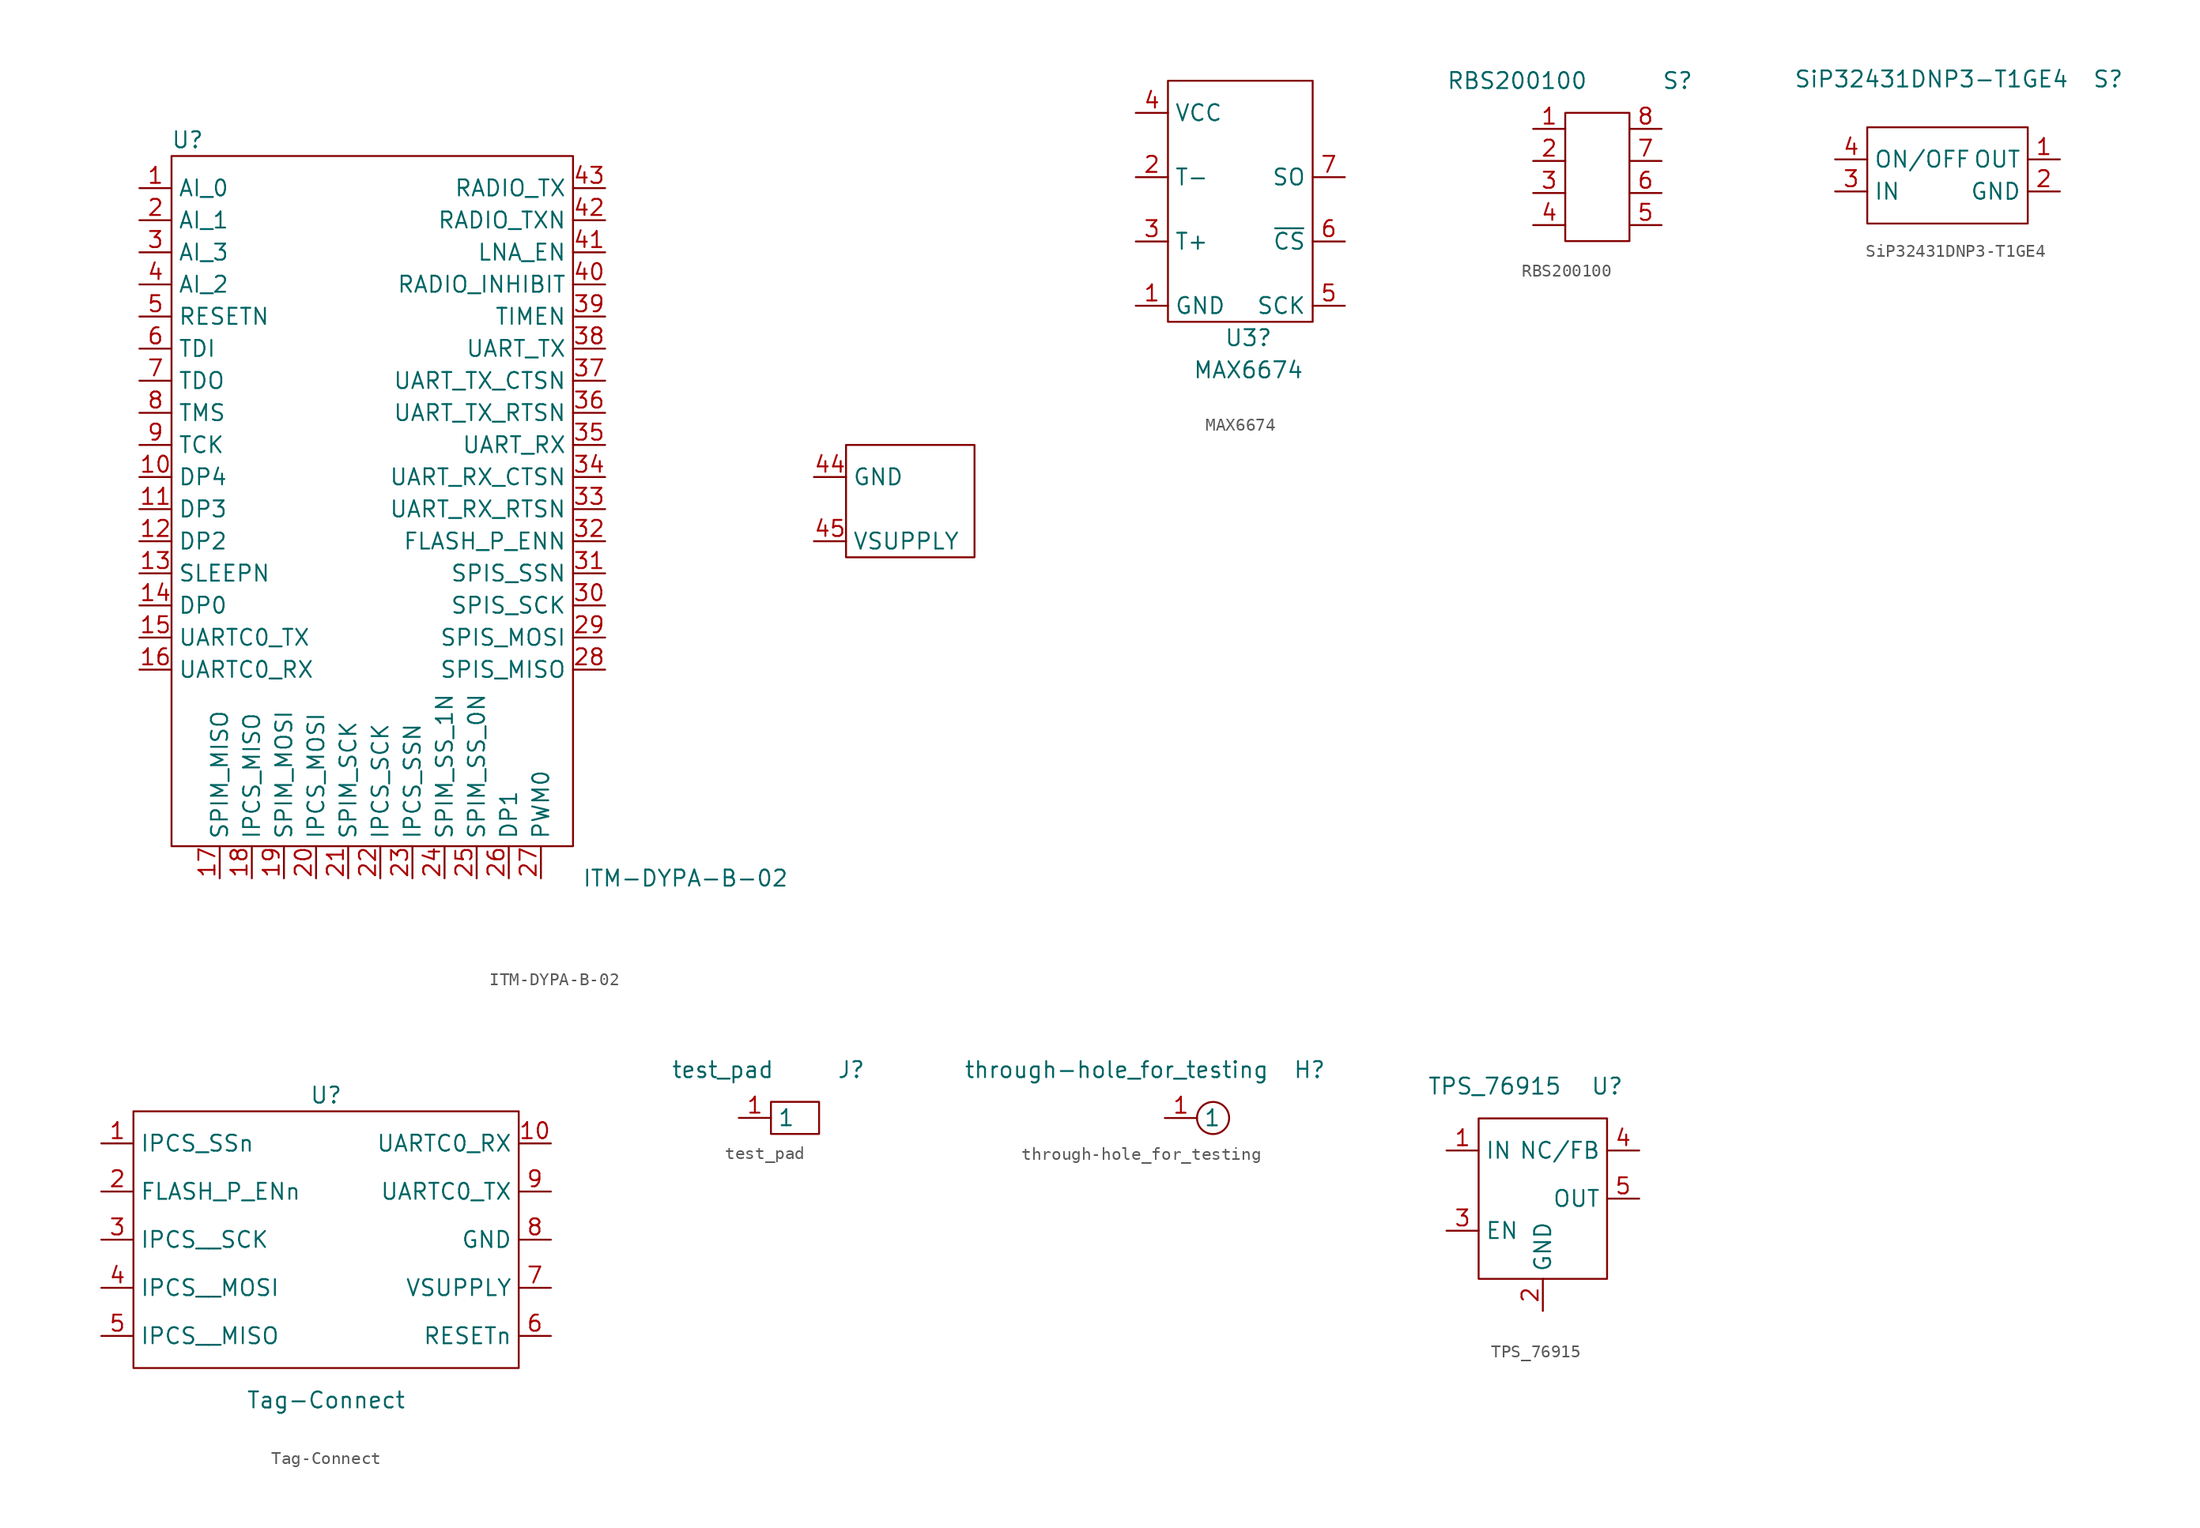
<source format=kicad_sym>
(kicad_symbol_lib
  (version 20211014)
  (generator kicad_symbol_editor)
  (symbol "ITM-DYPA-B-02"
    (property "Reference" "U"
      (at -15.24 29.21 0)
      (effects (font (size 1.27 1.27))))
    (property "Value" "ITM-DYPA-B-02"
      (at 24.13 -29.21 0)
      (effects (font (size 1.27 1.27))))
    (symbol "ITM-DYPA-B-02_0_1"
      (rectangle (start -16.51 27.94) (end 15.24 -26.67) (stroke (width 0) (type default) (color 0 0 0 0)) (fill (type none)))
      (rectangle (start 36.83 5.08) (end 46.99 -3.81) (stroke (width 0) (type default) (color 0 0 0 0)) (fill (type none))))
    (symbol "ITM-DYPA-B-02_1_1"
      (pin input line (at -19.05 25.4 0) (length 2.54) (name "AI_0" (effects (font (size 1.27 1.27)))) (number "1" (effects (font (size 1.27 1.27)))))
      (pin input line (at -19.05 2.54 0) (length 2.54) (name "DP4" (effects (font (size 1.27 1.27)))) (number "10" (effects (font (size 1.27 1.27)))))
      (pin input line (at -19.05 0 0) (length 2.54) (name "DP3" (effects (font (size 1.27 1.27)))) (number "11" (effects (font (size 1.27 1.27)))))
      (pin input line (at -19.05 -2.54 0) (length 2.54) (name "DP2" (effects (font (size 1.27 1.27)))) (number "12" (effects (font (size 1.27 1.27)))))
      (pin input line (at -19.05 -5.08 0) (length 2.54) (name "SLEEPN" (effects (font (size 1.27 1.27)))) (number "13" (effects (font (size 1.27 1.27)))))
      (pin input line (at -19.05 -7.62 0) (length 2.54) (name "DP0" (effects (font (size 1.27 1.27)))) (number "14" (effects (font (size 1.27 1.27)))))
      (pin input line (at -19.05 -10.16 0) (length 2.54) (name "UARTC0_TX" (effects (font (size 1.27 1.27)))) (number "15" (effects (font (size 1.27 1.27)))))
      (pin input line (at -19.05 -12.7 0) (length 2.54) (name "UARTC0_RX" (effects (font (size 1.27 1.27)))) (number "16" (effects (font (size 1.27 1.27)))))
      (pin input line (at -12.7 -29.21 90) (length 2.54) (name "SPIM_MISO" (effects (font (size 1.27 1.27)))) (number "17" (effects (font (size 1.27 1.27)))))
      (pin input line (at -10.16 -29.21 90) (length 2.54) (name "IPCS_MISO" (effects (font (size 1.27 1.27)))) (number "18" (effects (font (size 1.27 1.27)))))
      (pin input line (at -7.62 -29.21 90) (length 2.54) (name "SPIM_MOSI" (effects (font (size 1.27 1.27)))) (number "19" (effects (font (size 1.27 1.27)))))
      (pin input line (at -19.05 22.86 0) (length 2.54) (name "AI_1" (effects (font (size 1.27 1.27)))) (number "2" (effects (font (size 1.27 1.27)))))
      (pin input line (at -5.08 -29.21 90) (length 2.54) (name "IPCS_MOSI" (effects (font (size 1.27 1.27)))) (number "20" (effects (font (size 1.27 1.27)))))
      (pin input line (at -2.54 -29.21 90) (length 2.54) (name "SPIM_SCK" (effects (font (size 1.27 1.27)))) (number "21" (effects (font (size 1.27 1.27)))))
      (pin input line (at 0 -29.21 90) (length 2.54) (name "IPCS_SCK" (effects (font (size 1.27 1.27)))) (number "22" (effects (font (size 1.27 1.27)))))
      (pin input line (at 2.54 -29.21 90) (length 2.54) (name "IPCS_SSN" (effects (font (size 1.27 1.27)))) (number "23" (effects (font (size 1.27 1.27)))))
      (pin input line (at 5.08 -29.21 90) (length 2.54) (name "SPIM_SS_1N" (effects (font (size 1.27 1.27)))) (number "24" (effects (font (size 1.27 1.27)))))
      (pin input line (at 7.62 -29.21 90) (length 2.54) (name "SPIM_SS_0N" (effects (font (size 1.27 1.27)))) (number "25" (effects (font (size 1.27 1.27)))))
      (pin input line (at 10.16 -29.21 90) (length 2.54) (name "DP1" (effects (font (size 1.27 1.27)))) (number "26" (effects (font (size 1.27 1.27)))))
      (pin input line (at 12.7 -29.21 90) (length 2.54) (name "PWM0" (effects (font (size 1.27 1.27)))) (number "27" (effects (font (size 1.27 1.27)))))
      (pin input line (at 17.78 -12.7 180) (length 2.54) (name "SPIS_MISO" (effects (font (size 1.27 1.27)))) (number "28" (effects (font (size 1.27 1.27)))))
      (pin input line (at 17.78 -10.16 180) (length 2.54) (name "SPIS_MOSI" (effects (font (size 1.27 1.27)))) (number "29" (effects (font (size 1.27 1.27)))))
      (pin input line (at -19.05 20.32 0) (length 2.54) (name "AI_3" (effects (font (size 1.27 1.27)))) (number "3" (effects (font (size 1.27 1.27)))))
      (pin input line (at 17.78 -7.62 180) (length 2.54) (name "SPIS_SCK" (effects (font (size 1.27 1.27)))) (number "30" (effects (font (size 1.27 1.27)))))
      (pin input line (at 17.78 -5.08 180) (length 2.54) (name "SPIS_SSN" (effects (font (size 1.27 1.27)))) (number "31" (effects (font (size 1.27 1.27)))))
      (pin input line (at 17.78 -2.54 180) (length 2.54) (name "FLASH_P_ENN" (effects (font (size 1.27 1.27)))) (number "32" (effects (font (size 1.27 1.27)))))
      (pin input line (at 17.78 0 180) (length 2.54) (name "UART_RX_RTSN" (effects (font (size 1.27 1.27)))) (number "33" (effects (font (size 1.27 1.27)))))
      (pin input line (at 17.78 2.54 180) (length 2.54) (name "UART_RX_CTSN" (effects (font (size 1.27 1.27)))) (number "34" (effects (font (size 1.27 1.27)))))
      (pin input line (at 17.78 5.08 180) (length 2.54) (name "UART_RX" (effects (font (size 1.27 1.27)))) (number "35" (effects (font (size 1.27 1.27)))))
      (pin input line (at 17.78 7.62 180) (length 2.54) (name "UART_TX_RTSN" (effects (font (size 1.27 1.27)))) (number "36" (effects (font (size 1.27 1.27)))))
      (pin input line (at 17.78 10.16 180) (length 2.54) (name "UART_TX_CTSN" (effects (font (size 1.27 1.27)))) (number "37" (effects (font (size 1.27 1.27)))))
      (pin input line (at 17.78 12.7 180) (length 2.54) (name "UART_TX" (effects (font (size 1.27 1.27)))) (number "38" (effects (font (size 1.27 1.27)))))
      (pin input line (at 17.78 15.24 180) (length 2.54) (name "TIMEN" (effects (font (size 1.27 1.27)))) (number "39" (effects (font (size 1.27 1.27)))))
      (pin input line (at -19.05 17.78 0) (length 2.54) (name "AI_2" (effects (font (size 1.27 1.27)))) (number "4" (effects (font (size 1.27 1.27)))))
      (pin input line (at 17.78 17.78 180) (length 2.54) (name "RADIO_INHIBIT" (effects (font (size 1.27 1.27)))) (number "40" (effects (font (size 1.27 1.27)))))
      (pin input line (at 17.78 20.32 180) (length 2.54) (name "LNA_EN" (effects (font (size 1.27 1.27)))) (number "41" (effects (font (size 1.27 1.27)))))
      (pin input line (at 17.78 22.86 180) (length 2.54) (name "RADIO_TXN" (effects (font (size 1.27 1.27)))) (number "42" (effects (font (size 1.27 1.27)))))
      (pin input line (at 17.78 25.4 180) (length 2.54) (name "RADIO_TX" (effects (font (size 1.27 1.27)))) (number "43" (effects (font (size 1.27 1.27)))))
      (pin input line (at 34.29 2.54 0) (length 2.54) (name "GND" (effects (font (size 1.27 1.27)))) (number "44" (effects (font (size 1.27 1.27)))))
      (pin input line (at 34.29 -2.54 0) (length 2.54) (name "VSUPPLY" (effects (font (size 1.27 1.27)))) (number "45" (effects (font (size 1.27 1.27)))))
      (pin input line (at -19.05 15.24 0) (length 2.54) (name "RESETN" (effects (font (size 1.27 1.27)))) (number "5" (effects (font (size 1.27 1.27)))))
      (pin input line (at -19.05 12.7 0) (length 2.54) (name "TDI" (effects (font (size 1.27 1.27)))) (number "6" (effects (font (size 1.27 1.27)))))
      (pin input line (at -19.05 10.16 0) (length 2.54) (name "TDO" (effects (font (size 1.27 1.27)))) (number "7" (effects (font (size 1.27 1.27)))))
      (pin input line (at -19.05 7.62 0) (length 2.54) (name "TMS" (effects (font (size 1.27 1.27)))) (number "8" (effects (font (size 1.27 1.27)))))
      (pin input line (at -19.05 5.08 0) (length 2.54) (name "TCK" (effects (font (size 1.27 1.27)))) (number "9" (effects (font (size 1.27 1.27)))))))
  (symbol "MAX6674"
    (property "Reference" "U3"
      (at 0 -10.16 0)
      (effects (font (size 1.27 1.27))))
    (property "Value" "MAX6674"
      (at 0 -12.7 0)
      (effects (font (size 1.27 1.27))))
    (symbol "MAX6674_0_1"
      (rectangle (start -6.35 10.16) (end 5.08 -8.89) (stroke (width 0) (type default) (color 0 0 0 0)) (fill (type none))))
    (symbol "MAX6674_1_1"
      (pin input line (at -8.89 -7.62 0) (length 2.54) (name "GND" (effects (font (size 1.27 1.27)))) (number "1" (effects (font (size 1.27 1.27)))))
      (pin input line (at -8.89 2.54 0) (length 2.54) (name "T-" (effects (font (size 1.27 1.27)))) (number "2" (effects (font (size 1.27 1.27)))))
      (pin input line (at -8.89 -2.54 0) (length 2.54) (name "T+" (effects (font (size 1.27 1.27)))) (number "3" (effects (font (size 1.27 1.27)))))
      (pin input line (at -8.89 7.62 0) (length 2.54) (name "VCC" (effects (font (size 1.27 1.27)))) (number "4" (effects (font (size 1.27 1.27)))))
      (pin input line (at 7.62 -7.62 180) (length 2.54) (name "SCK" (effects (font (size 1.27 1.27)))) (number "5" (effects (font (size 1.27 1.27)))))
      (pin input line (at 7.62 -2.54 180) (length 2.54) (name "~{CS}" (effects (font (size 1.27 1.27)))) (number "6" (effects (font (size 1.27 1.27)))))
      (pin input line (at 7.62 2.54 180) (length 2.54) (name "SO" (effects (font (size 1.27 1.27)))) (number "7" (effects (font (size 1.27 1.27)))))))
  (symbol "RBS200100"
    (property "Reference" "S"
      (at 6.35 7.62 0)
      (effects (font (size 1.27 1.27))))
    (property "Value" "RBS200100"
      (at -6.35 7.62 0)
      (effects (font (size 1.27 1.27))))
    (symbol "RBS200100_0_1"
      (rectangle (start -2.54 5.08) (end 2.54 -5.08) (stroke (width 0) (type default) (color 0 0 0 0)) (fill (type none))))
    (symbol "RBS200100_1_1"
      (pin input line (at -5.08 3.81 0) (length 2.54) (name "" (effects (font (size 1.27 1.27)))) (number "1" (effects (font (size 1.27 1.27)))))
      (pin input line (at -5.08 1.27 0) (length 2.54) (name "" (effects (font (size 1.27 1.27)))) (number "2" (effects (font (size 1.27 1.27)))))
      (pin input line (at -5.08 -1.27 0) (length 2.54) (name "" (effects (font (size 1.27 1.27)))) (number "3" (effects (font (size 1.27 1.27)))))
      (pin input line (at -5.08 -3.81 0) (length 2.54) (name "" (effects (font (size 1.27 1.27)))) (number "4" (effects (font (size 1.27 1.27)))))
      (pin input line (at 5.08 -3.81 180) (length 2.54) (name "" (effects (font (size 1.27 1.27)))) (number "5" (effects (font (size 1.27 1.27)))))
      (pin input line (at 5.08 -1.27 180) (length 2.54) (name "" (effects (font (size 1.27 1.27)))) (number "6" (effects (font (size 1.27 1.27)))))
      (pin input line (at 5.08 1.27 180) (length 2.54) (name "" (effects (font (size 1.27 1.27)))) (number "7" (effects (font (size 1.27 1.27)))))
      (pin input line (at 5.08 3.81 180) (length 2.54) (name "" (effects (font (size 1.27 1.27)))) (number "8" (effects (font (size 1.27 1.27)))))))
  (symbol "SiP32431DNP3-T1GE4"
    (property "Reference" "S"
      (at 12.7 7.62 0)
      (effects (font (size 1.27 1.27))))
    (property "Value" "SiP32431DNP3-T1GE4"
      (at -1.27 7.62 0)
      (effects (font (size 1.27 1.27))))
    (symbol "SiP32431DNP3-T1GE4_0_1"
      (rectangle (start -6.35 3.81) (end 6.35 -3.81) (stroke (width 0) (type default) (color 0 0 0 0)) (fill (type none))))
    (symbol "SiP32431DNP3-T1GE4_1_1"
      (pin input line (at 8.89 1.27 180) (length 2.54) (name "OUT" (effects (font (size 1.27 1.27)))) (number "1" (effects (font (size 1.27 1.27)))))
      (pin input line (at 8.89 -1.27 180) (length 2.54) (name "GND" (effects (font (size 1.27 1.27)))) (number "2" (effects (font (size 1.27 1.27)))))
      (pin input line (at -8.89 -1.27 0) (length 2.54) (name "IN" (effects (font (size 1.27 1.27)))) (number "3" (effects (font (size 1.27 1.27)))))
      (pin input line (at -8.89 1.27 0) (length 2.54) (name "ON/OFF" (effects (font (size 1.27 1.27)))) (number "4" (effects (font (size 1.27 1.27)))))))
  (symbol "Tag-Connect"
    (property "Reference" "U"
      (at 0 11.43 0)
      (effects (font (size 1.27 1.27))))
    (property "Value" "Tag-Connect"
      (at 0 -12.7 0)
      (effects (font (size 1.27 1.27))))
    (symbol "Tag-Connect_0_1"
      (rectangle (start -15.24 -10.16) (end 15.24 10.16) (stroke (width 0) (type default) (color 0 0 0 0)) (fill (type none))))
    (symbol "Tag-Connect_1_1"
      (pin input line (at -17.78 7.62 0) (length 2.54) (name "IPCS_SSn" (effects (font (size 1.27 1.27)))) (number "1" (effects (font (size 1.27 1.27)))))
      (pin input line (at 17.78 7.62 180) (length 2.54) (name "UARTC0_RX" (effects (font (size 1.27 1.27)))) (number "10" (effects (font (size 1.27 1.27)))))
      (pin input line (at -17.78 3.81 0) (length 2.54) (name "FLASH_P_ENn" (effects (font (size 1.27 1.27)))) (number "2" (effects (font (size 1.27 1.27)))))
      (pin input line (at -17.78 0 0) (length 2.54) (name "IPCS__SCK" (effects (font (size 1.27 1.27)))) (number "3" (effects (font (size 1.27 1.27)))))
      (pin input line (at -17.78 -3.81 0) (length 2.54) (name "IPCS__MOSI" (effects (font (size 1.27 1.27)))) (number "4" (effects (font (size 1.27 1.27)))))
      (pin input line (at -17.78 -7.62 0) (length 2.54) (name "IPCS__MISO" (effects (font (size 1.27 1.27)))) (number "5" (effects (font (size 1.27 1.27)))))
      (pin input line (at 17.78 -7.62 180) (length 2.54) (name "RESETn" (effects (font (size 1.27 1.27)))) (number "6" (effects (font (size 1.27 1.27)))))
      (pin input line (at 17.78 -3.81 180) (length 2.54) (name "VSUPPLY" (effects (font (size 1.27 1.27)))) (number "7" (effects (font (size 1.27 1.27)))))
      (pin input line (at 17.78 0 180) (length 2.54) (name "GND" (effects (font (size 1.27 1.27)))) (number "8" (effects (font (size 1.27 1.27)))))
      (pin input line (at 17.78 3.81 180) (length 2.54) (name "UARTC0_TX" (effects (font (size 1.27 1.27)))) (number "9" (effects (font (size 1.27 1.27)))))))
  (symbol "test_pad"
    (property "Reference" "J"
      (at 2.54 3.81 0)
      (effects (font (size 1.27 1.27))))
    (property "Value" "test_pad"
      (at -7.62 3.81 0)
      (effects (font (size 1.27 1.27))))
    (symbol "test_pad_0_1"
      (rectangle (start -3.81 1.27) (end 0 -1.27) (stroke (width 0) (type default) (color 0 0 0 0)) (fill (type none))))
    (symbol "test_pad_1_1"
      (pin input line (at -6.35 0 0) (length 2.54) (name "1" (effects (font (size 1.27 1.27)))) (number "1" (effects (font (size 1.27 1.27)))))))
  (symbol "through-hole_for_testing"
    (property "Reference" "H"
      (at 8.89 3.81 0)
      (effects (font (size 1.27 1.27))))
    (property "Value" "through-hole_for_testing"
      (at -6.35 3.81 0)
      (effects (font (size 1.27 1.27))))
    (symbol "through-hole_for_testing_0_1"
      (circle (center 1.27 0) (radius 1.27) (stroke (width 0) (type default) (color 0 0 0 0)) (fill (type none))))
    (symbol "through-hole_for_testing_1_1"
      (pin input line (at -2.54 0 0) (length 2.54) (name "1" (effects (font (size 1.27 1.27)))) (number "1" (effects (font (size 1.27 1.27)))))))
  (symbol "TPS_76915"
    (property "Reference" "U"
      (at 5.08 10.16 0)
      (effects (font (size 1.27 1.27))))
    (property "Value" "TPS_76915"
      (at -3.81 10.16 0)
      (effects (font (size 1.27 1.27))))
    (symbol "TPS_76915_0_1"
      (rectangle (start -5.08 7.62) (end 5.08 -5.08) (stroke (width 0) (type default) (color 0 0 0 0)) (fill (type none))))
    (symbol "TPS_76915_1_1"
      (pin input line (at -7.62 5.08 0) (length 2.54) (name "IN" (effects (font (size 1.27 1.27)))) (number "1" (effects (font (size 1.27 1.27)))))
      (pin input line (at 0 -7.62 90) (length 2.54) (name "GND" (effects (font (size 1.27 1.27)))) (number "2" (effects (font (size 1.27 1.27)))))
      (pin input line (at -7.62 -1.27 0) (length 2.54) (name "EN" (effects (font (size 1.27 1.27)))) (number "3" (effects (font (size 1.27 1.27)))))
      (pin input line (at 7.62 5.08 180) (length 2.54) (name "NC/FB" (effects (font (size 1.27 1.27)))) (number "4" (effects (font (size 1.27 1.27)))))
      (pin input line (at 7.62 1.27 180) (length 2.54) (name "OUT" (effects (font (size 1.27 1.27)))) (number "5" (effects (font (size 1.27 1.27))))))))
</source>
